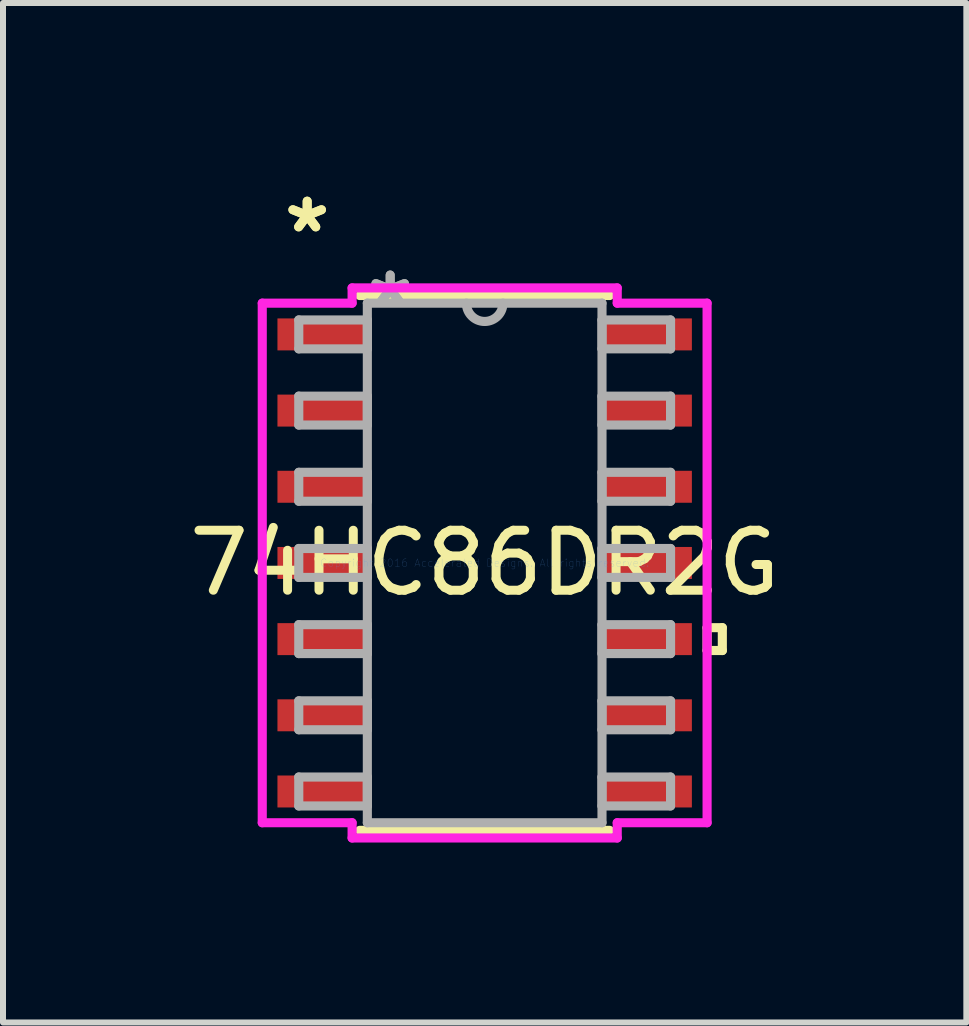
<source format=kicad_pcb>
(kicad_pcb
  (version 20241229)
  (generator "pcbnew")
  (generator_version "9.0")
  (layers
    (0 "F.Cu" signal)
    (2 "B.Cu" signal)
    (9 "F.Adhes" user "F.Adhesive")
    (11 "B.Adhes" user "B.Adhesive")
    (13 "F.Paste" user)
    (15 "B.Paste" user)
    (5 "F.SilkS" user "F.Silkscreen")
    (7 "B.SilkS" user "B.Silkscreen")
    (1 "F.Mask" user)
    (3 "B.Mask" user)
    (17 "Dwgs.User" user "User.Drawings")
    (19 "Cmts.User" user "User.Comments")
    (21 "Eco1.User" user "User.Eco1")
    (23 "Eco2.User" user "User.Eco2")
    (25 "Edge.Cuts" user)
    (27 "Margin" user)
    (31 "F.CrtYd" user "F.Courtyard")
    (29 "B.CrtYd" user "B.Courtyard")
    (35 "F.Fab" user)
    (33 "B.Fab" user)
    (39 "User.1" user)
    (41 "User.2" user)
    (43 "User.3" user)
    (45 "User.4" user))
  (footprint "74HC86DR2G"
    (layer "F.Cu")
    (at 5.03 6.335)
    (property "Reference" "74HC86DR2G" (at 0 0 0) (layer "F.SilkS") (effects (font (size 1 1) (thickness 0.15))))
    (attr through_hole)
    (fp_line (start -2.083 4.458) (end 2.083 4.458) (stroke (width 0.152) (type solid)) (layer "F.SilkS"))
    (fp_line (start 2.083 -4.458) (end -2.083 -4.458) (stroke (width 0.152) (type solid)) (layer "F.SilkS"))
    (fp_line (start 3.708 1.079) (end 3.962 1.079) (stroke (width 0.152) (type solid)) (layer "F.SilkS"))
    (fp_line (start 3.708 1.46) (end 3.708 1.079) (stroke (width 0.152) (type solid)) (layer "F.SilkS"))
    (fp_line (start 3.962 1.079) (end 3.962 1.46) (stroke (width 0.152) (type solid)) (layer "F.SilkS"))
    (fp_line (start 3.962 1.46) (end 3.708 1.46) (stroke (width 0.152) (type solid)) (layer "F.SilkS"))
    (fp_line (start -3.708 -4.331) (end -2.21 -4.331) (stroke (width 0.152) (type solid)) (layer "F.CrtYd"))
    (fp_line (start -3.708 4.331) (end -3.708 -4.331) (stroke (width 0.152) (type solid)) (layer "F.CrtYd"))
    (fp_line (start -2.21 -4.585) (end 2.21 -4.585) (stroke (width 0.152) (type solid)) (layer "F.CrtYd"))
    (fp_line (start -2.21 -4.331) (end -2.21 -4.585) (stroke (width 0.152) (type solid)) (layer "F.CrtYd"))
    (fp_line (start -2.21 4.331) (end -3.708 4.331) (stroke (width 0.152) (type solid)) (layer "F.CrtYd"))
    (fp_line (start -2.21 4.585) (end -2.21 4.331) (stroke (width 0.152) (type solid)) (layer "F.CrtYd"))
    (fp_line (start 2.21 -4.585) (end 2.21 -4.331) (stroke (width 0.152) (type solid)) (layer "F.CrtYd"))
    (fp_line (start 2.21 -4.331) (end 3.708 -4.331) (stroke (width 0.152) (type solid)) (layer "F.CrtYd"))
    (fp_line (start 2.21 4.331) (end 2.21 4.585) (stroke (width 0.152) (type solid)) (layer "F.CrtYd"))
    (fp_line (start 2.21 4.585) (end -2.21 4.585) (stroke (width 0.152) (type solid)) (layer "F.CrtYd"))
    (fp_line (start 3.708 -4.331) (end 3.708 4.331) (stroke (width 0.152) (type solid)) (layer "F.CrtYd"))
    (fp_line (start 3.708 4.331) (end 2.21 4.331) (stroke (width 0.152) (type solid)) (layer "F.CrtYd"))
    (fp_line (start -3.099 -4.051) (end -3.099 -3.569) (stroke (width 0.152) (type solid)) (layer "F.Fab"))
    (fp_line (start -3.099 -3.569) (end -1.956 -3.569) (stroke (width 0.152) (type solid)) (layer "F.Fab"))
    (fp_line (start -3.099 -2.781) (end -3.099 -2.299) (stroke (width 0.152) (type solid)) (layer "F.Fab"))
    (fp_line (start -3.099 -2.299) (end -1.956 -2.299) (stroke (width 0.152) (type solid)) (layer "F.Fab"))
    (fp_line (start -3.099 -1.511) (end -3.099 -1.029) (stroke (width 0.152) (type solid)) (layer "F.Fab"))
    (fp_line (start -3.099 -1.029) (end -1.956 -1.029) (stroke (width 0.152) (type solid)) (layer "F.Fab"))
    (fp_line (start -3.099 -0.241) (end -3.099 0.241) (stroke (width 0.152) (type solid)) (layer "F.Fab"))
    (fp_line (start -3.099 0.241) (end -1.956 0.241) (stroke (width 0.152) (type solid)) (layer "F.Fab"))
    (fp_line (start -3.099 1.029) (end -3.099 1.511) (stroke (width 0.152) (type solid)) (layer "F.Fab"))
    (fp_line (start -3.099 1.511) (end -1.956 1.511) (stroke (width 0.152) (type solid)) (layer "F.Fab"))
    (fp_line (start -3.099 2.299) (end -3.099 2.781) (stroke (width 0.152) (type solid)) (layer "F.Fab"))
    (fp_line (start -3.099 2.781) (end -1.956 2.781) (stroke (width 0.152) (type solid)) (layer "F.Fab"))
    (fp_line (start -3.099 3.569) (end -3.099 4.051) (stroke (width 0.152) (type solid)) (layer "F.Fab"))
    (fp_line (start -3.099 4.051) (end -1.956 4.051) (stroke (width 0.152) (type solid)) (layer "F.Fab"))
    (fp_line (start -1.956 -4.331) (end -1.956 4.331) (stroke (width 0.152) (type solid)) (layer "F.Fab"))
    (fp_line (start -1.956 -4.051) (end -3.099 -4.051) (stroke (width 0.152) (type solid)) (layer "F.Fab"))
    (fp_line (start -1.956 -3.569) (end -1.956 -4.051) (stroke (width 0.152) (type solid)) (layer "F.Fab"))
    (fp_line (start -1.956 -2.781) (end -3.099 -2.781) (stroke (width 0.152) (type solid)) (layer "F.Fab"))
    (fp_line (start -1.956 -2.299) (end -1.956 -2.781) (stroke (width 0.152) (type solid)) (layer "F.Fab"))
    (fp_line (start -1.956 -1.511) (end -3.099 -1.511) (stroke (width 0.152) (type solid)) (layer "F.Fab"))
    (fp_line (start -1.956 -1.029) (end -1.956 -1.511) (stroke (width 0.152) (type solid)) (layer "F.Fab"))
    (fp_line (start -1.956 -0.241) (end -3.099 -0.241) (stroke (width 0.152) (type solid)) (layer "F.Fab"))
    (fp_line (start -1.956 0.241) (end -1.956 -0.241) (stroke (width 0.152) (type solid)) (layer "F.Fab"))
    (fp_line (start -1.956 1.029) (end -3.099 1.029) (stroke (width 0.152) (type solid)) (layer "F.Fab"))
    (fp_line (start -1.956 1.511) (end -1.956 1.029) (stroke (width 0.152) (type solid)) (layer "F.Fab"))
    (fp_line (start -1.956 2.299) (end -3.099 2.299) (stroke (width 0.152) (type solid)) (layer "F.Fab"))
    (fp_line (start -1.956 2.781) (end -1.956 2.299) (stroke (width 0.152) (type solid)) (layer "F.Fab"))
    (fp_line (start -1.956 3.569) (end -3.099 3.569) (stroke (width 0.152) (type solid)) (layer "F.Fab"))
    (fp_line (start -1.956 4.051) (end -1.956 3.569) (stroke (width 0.152) (type solid)) (layer "F.Fab"))
    (fp_line (start -1.956 4.331) (end 1.956 4.331) (stroke (width 0.152) (type solid)) (layer "F.Fab"))
    (fp_line (start 1.956 -4.331) (end -1.956 -4.331) (stroke (width 0.152) (type solid)) (layer "F.Fab"))
    (fp_line (start 1.956 -4.051) (end 1.956 -3.569) (stroke (width 0.152) (type solid)) (layer "F.Fab"))
    (fp_line (start 1.956 -3.569) (end 3.099 -3.569) (stroke (width 0.152) (type solid)) (layer "F.Fab"))
    (fp_line (start 1.956 -2.781) (end 1.956 -2.299) (stroke (width 0.152) (type solid)) (layer "F.Fab"))
    (fp_line (start 1.956 -2.299) (end 3.099 -2.299) (stroke (width 0.152) (type solid)) (layer "F.Fab"))
    (fp_line (start 1.956 -1.511) (end 1.956 -1.029) (stroke (width 0.152) (type solid)) (layer "F.Fab"))
    (fp_line (start 1.956 -1.029) (end 3.099 -1.029) (stroke (width 0.152) (type solid)) (layer "F.Fab"))
    (fp_line (start 1.956 -0.241) (end 1.956 0.241) (stroke (width 0.152) (type solid)) (layer "F.Fab"))
    (fp_line (start 1.956 0.241) (end 3.099 0.241) (stroke (width 0.152) (type solid)) (layer "F.Fab"))
    (fp_line (start 1.956 1.029) (end 1.956 1.511) (stroke (width 0.152) (type solid)) (layer "F.Fab"))
    (fp_line (start 1.956 1.511) (end 3.099 1.511) (stroke (width 0.152) (type solid)) (layer "F.Fab"))
    (fp_line (start 1.956 2.299) (end 1.956 2.781) (stroke (width 0.152) (type solid)) (layer "F.Fab"))
    (fp_line (start 1.956 2.781) (end 3.099 2.781) (stroke (width 0.152) (type solid)) (layer "F.Fab"))
    (fp_line (start 1.956 3.569) (end 1.956 4.051) (stroke (width 0.152) (type solid)) (layer "F.Fab"))
    (fp_line (start 1.956 4.051) (end 3.099 4.051) (stroke (width 0.152) (type solid)) (layer "F.Fab"))
    (fp_line (start 1.956 4.331) (end 1.956 -4.331) (stroke (width 0.152) (type solid)) (layer "F.Fab"))
    (fp_line (start 3.099 -4.051) (end 1.956 -4.051) (stroke (width 0.152) (type solid)) (layer "F.Fab"))
    (fp_line (start 3.099 -3.569) (end 3.099 -4.051) (stroke (width 0.152) (type solid)) (layer "F.Fab"))
    (fp_line (start 3.099 -2.781) (end 1.956 -2.781) (stroke (width 0.152) (type solid)) (layer "F.Fab"))
    (fp_line (start 3.099 -2.299) (end 3.099 -2.781) (stroke (width 0.152) (type solid)) (layer "F.Fab"))
    (fp_line (start 3.099 -1.511) (end 1.956 -1.511) (stroke (width 0.152) (type solid)) (layer "F.Fab"))
    (fp_line (start 3.099 -1.029) (end 3.099 -1.511) (stroke (width 0.152) (type solid)) (layer "F.Fab"))
    (fp_line (start 3.099 -0.241) (end 1.956 -0.241) (stroke (width 0.152) (type solid)) (layer "F.Fab"))
    (fp_line (start 3.099 0.241) (end 3.099 -0.241) (stroke (width 0.152) (type solid)) (layer "F.Fab"))
    (fp_line (start 3.099 1.029) (end 1.956 1.029) (stroke (width 0.152) (type solid)) (layer "F.Fab"))
    (fp_line (start 3.099 1.511) (end 3.099 1.029) (stroke (width 0.152) (type solid)) (layer "F.Fab"))
    (fp_line (start 3.099 2.299) (end 1.956 2.299) (stroke (width 0.152) (type solid)) (layer "F.Fab"))
    (fp_line (start 3.099 2.781) (end 3.099 2.299) (stroke (width 0.152) (type solid)) (layer "F.Fab"))
    (fp_line (start 3.099 3.569) (end 1.956 3.569) (stroke (width 0.152) (type solid)) (layer "F.Fab"))
    (fp_line (start 3.099 4.051) (end 3.099 3.569) (stroke (width 0.152) (type solid)) (layer "F.Fab"))
    (fp_arc (start 0.3048 -4.3307) (mid 0 -4.0259) (end -0.3048 -4.3307) (stroke (width 0.1524) (type solid)) (layer "F.Fab"))
    (fp_text user "*" (at -2.959 -5.486 0) (layer "F.SilkS") (effects (font (size 1 1) (thickness 0.15))))
    (fp_text user "*" (at -2.959 -5.486 0) (layer "F.SilkS") (effects (font (size 1 1) (thickness 0.15))))
    (fp_text user "Copyright 2016 Accelerated Designs. All rights reserved." (at 0 0 0) (layer "Cmts.User") (effects (font (size 0.127 0.127) (thickness 0.002))))
    (fp_text user "*" (at -1.575 -4.255 0) (layer "F.Fab") (effects (font (size 1 1) (thickness 0.15))))
    (fp_text user "*" (at -1.575 -4.255 0) (layer "F.Fab") (effects (font (size 1 1) (thickness 0.15))))
    (pad "1" smd rect (at -2.705 -3.81) (size 1.499 0.533) (layers "F.Cu" "F.Mask" "F.Paste"))
    (pad "2" smd rect (at -2.705 -2.54) (size 1.499 0.533) (layers "F.Cu" "F.Mask" "F.Paste"))
    (pad "3" smd rect (at -2.705 -1.27) (size 1.499 0.533) (layers "F.Cu" "F.Mask" "F.Paste"))
    (pad "4" smd rect (at -2.705 0) (size 1.499 0.533) (layers "F.Cu" "F.Mask" "F.Paste"))
    (pad "5" smd rect (at -2.705 1.27) (size 1.499 0.533) (layers "F.Cu" "F.Mask" "F.Paste"))
    (pad "6" smd rect (at -2.705 2.54) (size 1.499 0.533) (layers "F.Cu" "F.Mask" "F.Paste"))
    (pad "7" smd rect (at -2.705 3.81) (size 1.499 0.533) (layers "F.Cu" "F.Mask" "F.Paste"))
    (pad "8" smd rect (at 2.705 3.81) (size 1.499 0.533) (layers "F.Cu" "F.Mask" "F.Paste"))
    (pad "9" smd rect (at 2.705 2.54) (size 1.499 0.533) (layers "F.Cu" "F.Mask" "F.Paste"))
    (pad "10" smd rect (at 2.705 1.27) (size 1.499 0.533) (layers "F.Cu" "F.Mask" "F.Paste"))
    (pad "11" smd rect (at 2.705 0) (size 1.499 0.533) (layers "F.Cu" "F.Mask" "F.Paste"))
    (pad "12" smd rect (at 2.705 -1.27) (size 1.499 0.533) (layers "F.Cu" "F.Mask" "F.Paste"))
    (pad "13" smd rect (at 2.705 -2.54) (size 1.499 0.533) (layers "F.Cu" "F.Mask" "F.Paste"))
    (pad "14" smd rect (at 2.705 -3.81) (size 1.499 0.533) (layers "F.Cu" "F.Mask" "F.Paste")))
  (gr_rect
    (start -3 -3)
    (end 13.06 13.996)
    (stroke (width 0.1) (type default))
    (fill no)
    (layer "Edge.Cuts")))
</source>
